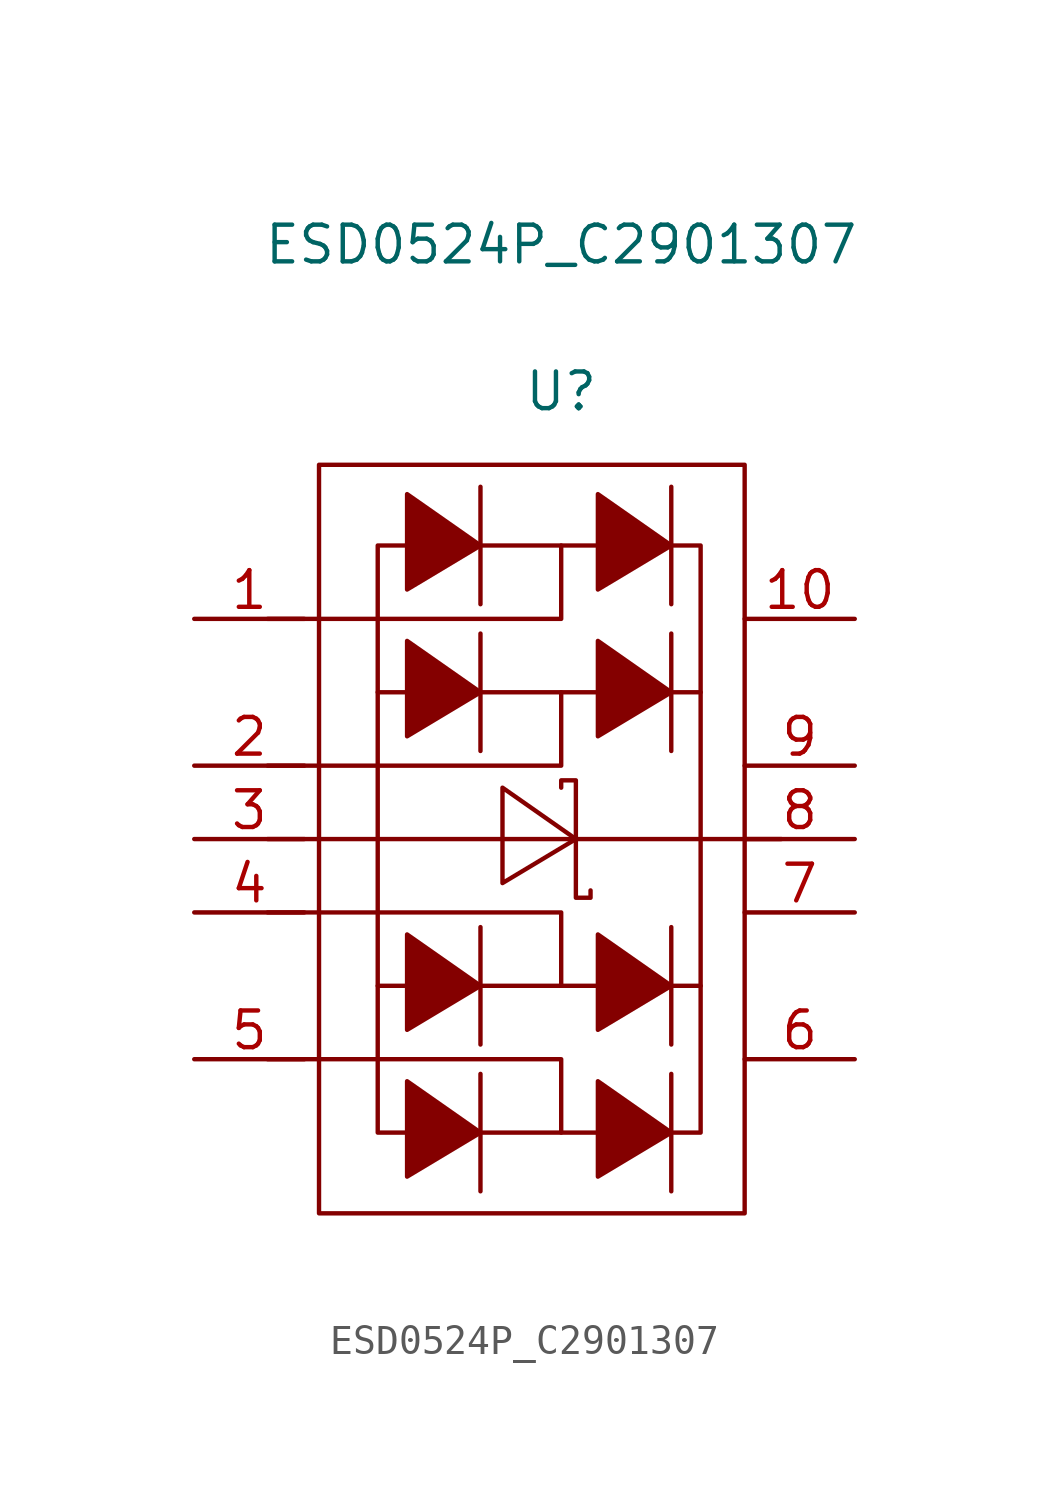
<source format=kicad_sym>
(kicad_symbol_lib
  (version 20220914)
  (generator kicad_symbol_editor)
  (symbol "ESD0524P_C2901307"
    (pin_names
      (offset 1.016) hide)
    (property "Reference" "U"
      (at 0 15.494 0)
      (effects (font (size 1.27 1.27))))
    (property "Value" "ESD0524P_C2901307"
      (at 0 20.574 0)
      (effects (font (size 1.27 1.27))))
    (symbol "ESD0524P_C2901307_1_1"
      (rectangle (start -8.382 12.954) (end 6.35 -12.954) (stroke (width 0.152) (type solid)) (fill (type none)))
      (polyline (pts (xy -10.16 0) (xy 7.62 0)) (stroke (width 0.152) (type solid)) (fill (type none)))
      (polyline (pts (xy -6.35 -5.08) (xy 4.826 -5.08)) (stroke (width 0.152) (type solid)) (fill (type none)))
      (polyline (pts (xy -6.35 5.08) (xy 4.826 5.08)) (stroke (width 0.152) (type solid)) (fill (type none)))
      (polyline (pts (xy -2.794 -8.128) (xy -2.794 -12.192)) (stroke (width 0.152) (type solid)) (fill (type none)))
      (polyline (pts (xy -2.794 -3.048) (xy -2.794 -7.112)) (stroke (width 0.152) (type solid)) (fill (type none)))
      (polyline (pts (xy -2.794 7.112) (xy -2.794 3.048)) (stroke (width 0.152) (type solid)) (fill (type none)))
      (polyline (pts (xy -2.794 12.192) (xy -2.794 8.128)) (stroke (width 0.152) (type solid)) (fill (type none)))
      (polyline (pts (xy 3.81 -8.128) (xy 3.81 -12.192)) (stroke (width 0.152) (type solid)) (fill (type none)))
      (polyline (pts (xy 3.81 -3.048) (xy 3.81 -7.112)) (stroke (width 0.152) (type solid)) (fill (type none)))
      (polyline (pts (xy 3.81 7.112) (xy 3.81 3.048)) (stroke (width 0.152) (type solid)) (fill (type none)))
      (polyline (pts (xy 3.81 12.192) (xy 3.81 8.128)) (stroke (width 0.152) (type solid)) (fill (type none)))
      (polyline (pts (xy 0 -10.16) (xy 0 -7.62) (xy -10.16 -7.62)) (stroke (width 0.152) (type solid)) (fill (type none)))
      (polyline (pts (xy 0 -5.08) (xy 0 -2.54) (xy -10.16 -2.54)) (stroke (width 0.152) (type solid)) (fill (type none)))
      (polyline (pts (xy 0 5.08) (xy 0 2.54) (xy -10.16 2.54)) (stroke (width 0.152) (type solid)) (fill (type none)))
      (polyline (pts (xy 0 10.16) (xy 0 7.62) (xy -10.16 7.62)) (stroke (width 0.152) (type solid)) (fill (type none)))
      (polyline (pts (xy -5.334 -11.684) (xy -2.794 -10.16) (xy -5.334 -8.382) (xy -5.334 -11.684)) (stroke (width 0.152) (type solid)) (fill (type outline)))
      (polyline (pts (xy -5.334 -6.604) (xy -2.794 -5.08) (xy -5.334 -3.302) (xy -5.334 -6.604)) (stroke (width 0.152) (type solid)) (fill (type outline)))
      (polyline (pts (xy -5.334 3.556) (xy -2.794 5.08) (xy -5.334 6.858) (xy -5.334 3.556)) (stroke (width 0.152) (type solid)) (fill (type outline)))
      (polyline (pts (xy -5.334 8.636) (xy -2.794 10.16) (xy -5.334 11.938) (xy -5.334 8.636)) (stroke (width 0.152) (type solid)) (fill (type outline)))
      (polyline (pts (xy -5.334 10.16) (xy -6.35 10.16) (xy -6.35 -10.16) (xy -5.334 -10.16)) (stroke (width 0.152) (type solid)) (fill (type none)))
      (polyline (pts (xy -3.048 10.16) (xy 4.826 10.16) (xy 4.826 -10.16) (xy -2.794 -10.16)) (stroke (width 0.152) (type solid)) (fill (type none)))
      (polyline (pts (xy -2.032 -1.524) (xy 0.508 0) (xy -2.032 1.778) (xy -2.032 -1.524)) (stroke (width 0.152) (type solid)) (fill (type none)))
      (polyline (pts (xy 1.27 -11.684) (xy 3.81 -10.16) (xy 1.27 -8.382) (xy 1.27 -11.684)) (stroke (width 0.152) (type solid)) (fill (type outline)))
      (polyline (pts (xy 1.27 -6.604) (xy 3.81 -5.08) (xy 1.27 -3.302) (xy 1.27 -6.604)) (stroke (width 0.152) (type solid)) (fill (type outline)))
      (polyline (pts (xy 1.27 3.556) (xy 3.81 5.08) (xy 1.27 6.858) (xy 1.27 3.556)) (stroke (width 0.152) (type solid)) (fill (type outline)))
      (polyline (pts (xy 1.27 8.636) (xy 3.81 10.16) (xy 1.27 11.938) (xy 1.27 8.636)) (stroke (width 0.152) (type solid)) (fill (type outline)))
      (polyline (pts (xy 1.016 -1.778) (xy 1.016 -2.032) (xy 0.508 -2.032) (xy 0.508 2.032) (xy 0 2.032) (xy 0 1.778)) (stroke (width 0.152) (type solid)) (fill (type none)))
      (pin passive line (at -12.7 7.62 0) (length 3.81) (name "1" (effects (font (size 1.27 1.27)))) (number "1" (effects (font (size 1.27 1.27)))))
      (pin passive line (at 10.16 7.62 180) (length 3.81) (name "10" (effects (font (size 1.27 1.27)))) (number "10" (effects (font (size 1.27 1.27)))))
      (pin passive line (at -12.7 2.54 0) (length 3.81) (name "2" (effects (font (size 1.27 1.27)))) (number "2" (effects (font (size 1.27 1.27)))))
      (pin passive line (at -12.7 0 0) (length 3.81) (name "3" (effects (font (size 1.27 1.27)))) (number "3" (effects (font (size 1.27 1.27)))))
      (pin passive line (at -12.7 -2.54 0) (length 3.81) (name "4" (effects (font (size 1.27 1.27)))) (number "4" (effects (font (size 1.27 1.27)))))
      (pin passive line (at -12.7 -7.62 0) (length 3.81) (name "5" (effects (font (size 1.27 1.27)))) (number "5" (effects (font (size 1.27 1.27)))))
      (pin passive line (at 10.16 -7.62 180) (length 3.81) (name "6" (effects (font (size 1.27 1.27)))) (number "6" (effects (font (size 1.27 1.27)))))
      (pin passive line (at 10.16 -2.54 180) (length 3.81) (name "7" (effects (font (size 1.27 1.27)))) (number "7" (effects (font (size 1.27 1.27)))))
      (pin passive line (at 10.16 0 180) (length 3.81) (name "8" (effects (font (size 1.27 1.27)))) (number "8" (effects (font (size 1.27 1.27)))))
      (pin passive line (at 10.16 2.54 180) (length 3.81) (name "9" (effects (font (size 1.27 1.27)))) (number "9" (effects (font (size 1.27 1.27))))))))
</source>
